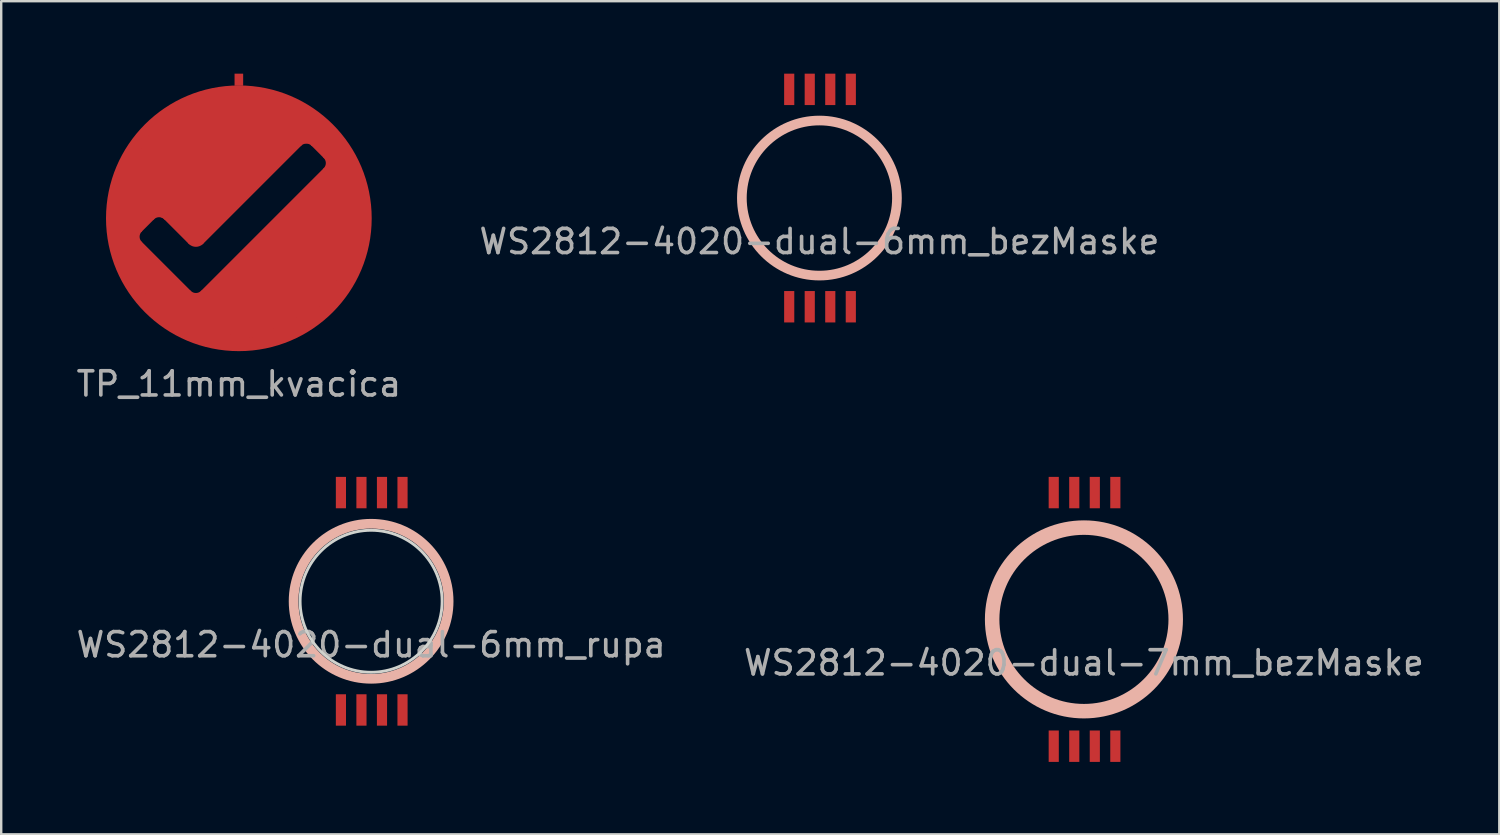
<source format=kicad_pcb>
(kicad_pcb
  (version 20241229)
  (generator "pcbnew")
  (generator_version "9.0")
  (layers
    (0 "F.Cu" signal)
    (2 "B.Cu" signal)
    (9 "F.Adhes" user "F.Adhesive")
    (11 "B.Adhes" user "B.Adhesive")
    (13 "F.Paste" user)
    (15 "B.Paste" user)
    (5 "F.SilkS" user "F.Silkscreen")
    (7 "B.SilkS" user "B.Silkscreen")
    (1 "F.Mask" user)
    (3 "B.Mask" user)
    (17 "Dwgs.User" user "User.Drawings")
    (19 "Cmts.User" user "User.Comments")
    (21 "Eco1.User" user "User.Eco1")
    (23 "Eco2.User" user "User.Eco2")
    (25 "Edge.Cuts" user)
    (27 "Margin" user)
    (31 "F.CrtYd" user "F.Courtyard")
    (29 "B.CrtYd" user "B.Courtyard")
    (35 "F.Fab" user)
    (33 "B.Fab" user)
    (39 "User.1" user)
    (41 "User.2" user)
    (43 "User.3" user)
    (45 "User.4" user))
  (footprint "WS2812-4020-dual-6mm_rupa"
    (layer "F.Cu")
    (at 12.315 21.844)
    (property "Reference" "WS2812-4020-dual-6mm_rupa" (at 0 1.8 0) (layer "F.Fab") (effects (font (size 1 1) (thickness 0.15))))
    (attr through_hole)
    (fp_circle (center 0 0) (end 3.21 0) (stroke (width 0.4) (type solid)) (fill no) (layer "B.SilkS"))
    (fp_circle (center 0 0) (end 2.94 0) (stroke (width 0.12) (type solid)) (fill no) (layer "Edge.Cuts"))
    (pad "1" smd rect (at 1.3 4.5) (size 0.42 1.3) (layers "F.Cu" "F.Mask" "F.Paste"))
    (pad "2" smd rect (at -0.4 -4.5) (size 0.42 1.3) (layers "F.Cu" "F.Mask" "F.Paste"))
    (pad "2" smd rect (at 0.45 4.5) (size 0.42 1.3) (layers "F.Cu" "F.Mask" "F.Paste"))
    (pad "3" smd rect (at -1.25 -4.5) (size 0.42 1.3) (layers "F.Cu" "F.Mask" "F.Paste"))
    (pad "3" smd rect (at -0.4 4.5) (size 0.42 1.3) (layers "F.Cu" "F.Mask" "F.Paste"))
    (pad "4" smd rect (at -1.25 4.5) (size 0.42 1.3) (layers "F.Cu" "F.Mask" "F.Paste"))
    (pad "4" smd rect (at 1.3 -4.5) (size 0.42 1.3) (layers "F.Cu" "F.Mask" "F.Paste"))
    (pad "5" smd rect (at 0.45 -4.5) (size 0.42 1.3) (layers "F.Cu" "F.Mask" "F.Paste")))
  (footprint "TP_11mm_kvacica"
    (layer "F.Cu")
    (at 6.839 5.988)
    (property "Reference" "TP_11mm_kvacica" (at 0 6.858 0) (layer "F.Fab") (effects (font (size 1 1) (thickness 0.15))))
    (attr through_hole)
    (fp_line (start -4.064 1.016) (end -2.032 3.048) (stroke (width 0.12) (type solid)) (layer "F.Cu"))
    (fp_line (start -4.064 0.508) (end -3.556 0) (stroke (width 0.12) (type solid)) (layer "F.Cu"))
    (fp_line (start -3.048 0.000001) (end -2.032 1.016) (stroke (width 0.12) (type solid)) (layer "F.Cu"))
    (fp_line (start -1.524 3.048) (end 3.556 -2.032) (stroke (width 0.12) (type solid)) (layer "F.Cu"))
    (fp_line (start 2.54 -3.048) (end -1.524 1.016) (stroke (width 0.12) (type solid)) (layer "F.Cu"))
    (fp_line (start 3.556 -2.54) (end 3.048 -3.048) (stroke (width 0.12) (type solid)) (layer "F.Cu"))
    (fp_arc (start -4.063999 1.015999) (mid -4.169209 0.762) (end -4.063999 0.508001) (stroke (width 0.12) (type solid)) (layer "F.Cu"))
    (fp_arc (start -3.555999 0.000001) (mid -3.302 -0.105209) (end -3.048001 0.000001) (stroke (width 0.12) (type solid)) (layer "F.Cu"))
    (fp_arc (start -1.524001 1.015999) (mid -1.778 1.121209) (end -2.031999 1.015999) (stroke (width 0.12) (type solid)) (layer "F.Cu"))
    (fp_arc (start -1.524001 3.047999) (mid -1.778 3.153209) (end -2.031999 3.047999) (stroke (width 0.12) (type solid)) (layer "F.Cu"))
    (fp_arc (start 2.540001 -3.047999) (mid 2.794 -3.153209) (end 3.047999 -3.047999) (stroke (width 0.12) (type solid)) (layer "F.Cu"))
    (fp_arc (start 3.555999 -2.539999) (mid 3.661209 -2.286) (end 3.555999 -2.032001) (stroke (width 0.12) (type solid)) (layer "F.Cu"))
    (fp_circle (center 0 0) (end 5 0) (stroke (width 1) (type solid)) (fill no) (layer "F.Cu"))
    (fp_poly (pts (xy -1.651 3.239) (xy -1.46 4.318) (xy -2.349 4.318) (xy -2.286 3.048) (xy -2.032 3.048)) (stroke (width 0.01) (type solid)) (fill yes) (layer "F.Cu"))
    (fp_poly (pts (xy 2.857 -4.191) (xy 4.889 -1.651) (xy 4.826 0.953) (xy 3.556 3.556) (xy 0.635 4.953) (xy -1.714 4.636) (xy -1.778 3.175) (xy -1.524 3.048) (xy 3.556 -2.032) (xy 3.683 -2.349) (xy 3.556 -2.54) (xy 2.985 -3.111) (xy 2.603 -3.111) (xy -1.46 0.953) (xy -1.714 1.143) (xy -2.032 1.016) (xy -2.985 0.064) (xy -3.239 -0.064) (xy -3.493 -0.064) (xy -4.128 0.572) (xy -4.191 0.762) (xy -4 1.079) (xy -2.032 3.048) (xy -2.032 4.318) (xy -3.429 3.747) (xy -4.636 1.968) (xy -4.826 -0.635) (xy -3.873 -3.365) (xy -0.635 -5.08)) (stroke (width 0.01) (type solid)) (fill yes) (layer "F.Cu"))
    (fp_poly (pts (xy 2.86 -3.08) (xy 2.92 -3.06) (xy 2.98 -3.02) (xy 3.53 -2.47) (xy 3.56 -2.41) (xy 3.58 -2.34) (xy 3.59 -2.27) (xy 3.58 -2.2) (xy 3.55 -2.13) (xy 3.51 -2.08) (xy -1.58 3.01) (xy -1.62 3.04) (xy -1.67 3.07) (xy -1.77 3.09) (xy -1.81 3.09) (xy -1.86 3.08) (xy -1.89 3.07) (xy -1.93 3.05) (xy -1.97 3.02) (xy -4.04 0.95) (xy -4.06 0.92) (xy -4.09 0.86) (xy -4.1 0.82) (xy -4.11 0.76) (xy -4.1 0.7) (xy -4.08 0.64) (xy -4.05 0.59) (xy -4.01 0.54) (xy -3.52 0.05) (xy -3.46 0.01) (xy -3.41 -0.02) (xy -3.34 -0.04) (xy -3.26 -0.04) (xy -3.22 -0.03) (xy -3.17 -0.01) (xy -3.12 0.02) (xy -3.07 0.07) (xy -2.02 1.11) (xy -1.97 1.14) (xy -1.92 1.16) (xy -1.84 1.18) (xy -1.77 1.19) (xy -1.71 1.19) (xy -1.63 1.16) (xy -1.57 1.13) (xy -1.5 1.08) (xy 2.6 -3.02) (xy 2.66 -3.06) (xy 2.72 -3.08) (xy 2.78 -3.09)) (stroke (width 0.001) (type solid)) (fill yes) (layer "F.Mask"))
    (fp_circle (center 0 0) (end 5.3 0) (stroke (width 0.001) (type solid)) (fill yes) (layer "B.Mask"))
    (pad "1" smd rect (at 0 -5.738) (size 0.356 0.5) (layers "F.Cu"))
    (zone (net_name "") (layer "F.Cu") (hatch edge 0.508) (connect_pads) (min_thickness 0.254) (filled_areas_thickness no) (keepout (tracks not_allowed) (vias not_allowed) (pads not_allowed) (copperpour not_allowed) (footprints allowed)) (placement (enabled no)) (fill) (polygon (pts (xy 12.217 5.988) (xy 12.198 5.538) (xy 12.141 5.091) (xy 12.048 4.651) (xy 11.917 4.219) (xy 11.752 3.801) (xy 11.551 3.397) (xy 11.318 3.012) (xy 11.053 2.648) (xy 10.759 2.307) (xy 10.437 1.992) (xy 10.09 1.705) (xy 9.721 1.448) (xy 9.331 1.222) (xy 8.923 1.031) (xy 8.501 0.874) (xy 8.067 0.753) (xy 7.625 0.668) (xy 7.177 0.621) (xy 6.727 0.612) (xy 6.277 0.64) (xy 5.832 0.706) (xy 5.393 0.809) (xy 4.965 0.948) (xy 4.55 1.122) (xy 4.151 1.331) (xy 3.77 1.572) (xy 3.412 1.845) (xy 3.077 2.146) (xy 2.769 2.474) (xy 2.489 2.827) (xy 2.24 3.202) (xy 2.023 3.597) (xy 1.84 4.008) (xy 1.691 4.434) (xy 1.579 4.87) (xy 1.504 5.314) (xy 1.467 5.763) (xy 1.467 6.213) (xy 1.504 6.662) (xy 1.579 7.106) (xy 1.691 7.542) (xy 1.84 7.967) (xy 2.023 8.379) (xy 2.24 8.773) (xy 2.489 9.149) (xy 2.769 9.502) (xy 3.077 9.83) (xy 3.412 10.131) (xy 3.77 10.403) (xy 4.151 10.645) (xy 4.55 10.853) (xy 4.965 11.028) (xy 5.393 11.167) (xy 5.832 11.27) (xy 6.277 11.336) (xy 6.727 11.364) (xy 7.177 11.355) (xy 7.625 11.307) (xy 8.067 11.223) (xy 8.501 11.102) (xy 8.923 10.945) (xy 9.331 10.753) (xy 9.721 10.528) (xy 10.09 10.271) (xy 10.437 9.984) (xy 10.759 9.669) (xy 11.053 9.328) (xy 11.318 8.964) (xy 11.551 8.578) (xy 11.752 8.175) (xy 11.917 7.756) (xy 12.048 7.325) (xy 12.141 6.885) (xy 12.198 6.438))))
    (zone (net_name "") (layer "B.Cu") (hatch edge 0.508) (connect_pads) (min_thickness 0.254) (filled_areas_thickness no) (keepout (tracks not_allowed) (vias not_allowed) (pads not_allowed) (copperpour not_allowed) (footprints allowed)) (placement (enabled no)) (fill) (polygon (pts (xy 12.217 5.988) (xy 12.198 5.538) (xy 12.141 5.091) (xy 12.048 4.651) (xy 11.917 4.219) (xy 11.752 3.801) (xy 11.551 3.397) (xy 11.318 3.012) (xy 11.053 2.648) (xy 10.759 2.307) (xy 10.437 1.992) (xy 10.09 1.705) (xy 9.721 1.448) (xy 9.331 1.222) (xy 8.923 1.031) (xy 8.501 0.874) (xy 8.067 0.753) (xy 7.625 0.668) (xy 7.177 0.621) (xy 6.727 0.612) (xy 6.277 0.64) (xy 5.832 0.706) (xy 5.393 0.809) (xy 4.965 0.948) (xy 4.55 1.122) (xy 4.151 1.331) (xy 3.77 1.572) (xy 3.412 1.845) (xy 3.077 2.146) (xy 2.769 2.474) (xy 2.489 2.827) (xy 2.24 3.202) (xy 2.023 3.597) (xy 1.84 4.008) (xy 1.691 4.434) (xy 1.579 4.87) (xy 1.504 5.314) (xy 1.467 5.763) (xy 1.467 6.213) (xy 1.504 6.662) (xy 1.579 7.106) (xy 1.691 7.542) (xy 1.84 7.967) (xy 2.023 8.379) (xy 2.24 8.773) (xy 2.489 9.149) (xy 2.769 9.502) (xy 3.077 9.83) (xy 3.412 10.131) (xy 3.77 10.403) (xy 4.151 10.645) (xy 4.55 10.853) (xy 4.965 11.028) (xy 5.393 11.167) (xy 5.832 11.27) (xy 6.277 11.336) (xy 6.727 11.364) (xy 7.177 11.355) (xy 7.625 11.307) (xy 8.067 11.223) (xy 8.501 11.102) (xy 8.923 10.945) (xy 9.331 10.753) (xy 9.721 10.528) (xy 10.09 10.271) (xy 10.437 9.984) (xy 10.759 9.669) (xy 11.053 9.328) (xy 11.318 8.964) (xy 11.551 8.578) (xy 11.752 8.175) (xy 11.917 7.756) (xy 12.048 7.325) (xy 12.141 6.885) (xy 12.198 6.438)))))
  (footprint "WS2812-4020-dual-7mm_bezMaske"
    (layer "F.Cu")
    (at 41.827 22.594)
    (property "Reference" "WS2812-4020-dual-7mm_bezMaske" (at 0 1.8 0) (layer "F.Fab") (effects (font (size 1 1) (thickness 0.15))))
    (attr smd)
    (fp_circle (center 0 0) (end 3.45 0) (stroke (width 0.001) (type solid)) (fill yes) (layer "F.Mask"))
    (fp_circle (center 0 0) (end 3.45 0) (stroke (width 0.001) (type solid)) (fill yes) (layer "B.Mask"))
    (fp_circle (center 0 0) (end 3.8 0) (stroke (width 0.6) (type solid)) (fill no) (layer "B.SilkS"))
    (pad "1" smd rect (at 1.3 5.25) (size 0.42 1.3) (layers "F.Cu" "F.Mask" "F.Paste"))
    (pad "2" smd rect (at -0.4 -5.25) (size 0.42 1.3) (layers "F.Cu" "F.Mask" "F.Paste"))
    (pad "2" smd rect (at 0.45 5.25) (size 0.42 1.3) (layers "F.Cu" "F.Mask" "F.Paste"))
    (pad "3" smd rect (at -1.25 -5.25) (size 0.42 1.3) (layers "F.Cu" "F.Mask" "F.Paste"))
    (pad "3" smd rect (at -0.4 5.25) (size 0.42 1.3) (layers "F.Cu" "F.Mask" "F.Paste"))
    (pad "4" smd rect (at -1.25 5.25) (size 0.42 1.3) (layers "F.Cu" "F.Mask" "F.Paste"))
    (pad "4" smd rect (at 1.3 -5.25) (size 0.42 1.3) (layers "F.Cu" "F.Mask" "F.Paste"))
    (pad "5" smd rect (at 0.45 -5.25) (size 0.42 1.3) (layers "F.Cu" "F.Mask" "F.Paste"))
    (zone (net_name "") (layer "F.Cu") (hatch edge 0.508) (connect_pads) (min_thickness 0.254) (filled_areas_thickness no) (keepout (tracks not_allowed) (vias not_allowed) (pads not_allowed) (copperpour not_allowed) (footprints allowed)) (placement (enabled no)) (fill) (polygon (pts (xy 45.322 22.594) (xy 45.303 22.229) (xy 45.246 21.868) (xy 45.151 21.514) (xy 45.02 21.173) (xy 44.854 20.847) (xy 44.655 20.54) (xy 44.425 20.256) (xy 44.166 19.997) (xy 43.882 19.767) (xy 43.575 19.568) (xy 43.249 19.401) (xy 42.907 19.27) (xy 42.554 19.176) (xy 42.193 19.118) (xy 41.827 19.099) (xy 41.462 19.118) (xy 41.101 19.176) (xy 40.747 19.27) (xy 40.406 19.401) (xy 40.08 19.568) (xy 39.773 19.767) (xy 39.489 19.997) (xy 39.23 20.256) (xy 39 20.54) (xy 38.801 20.847) (xy 38.635 21.173) (xy 38.504 21.514) (xy 38.409 21.868) (xy 38.352 22.229) (xy 38.333 22.594) (xy 38.352 22.959) (xy 38.409 23.321) (xy 38.504 23.674) (xy 38.635 24.016) (xy 38.801 24.342) (xy 39 24.648) (xy 39.23 24.933) (xy 39.489 25.191) (xy 39.773 25.421) (xy 40.08 25.621) (xy 40.406 25.787) (xy 40.747 25.918) (xy 41.101 26.013) (xy 41.462 26.07) (xy 41.827 26.089) (xy 42.193 26.07) (xy 42.554 26.013) (xy 42.907 25.918) (xy 43.249 25.787) (xy 43.575 25.621) (xy 43.882 25.421) (xy 44.166 25.191) (xy 44.425 24.933) (xy 44.655 24.648) (xy 44.854 24.342) (xy 45.02 24.016) (xy 45.151 23.674) (xy 45.246 23.321) (xy 45.303 22.959))))
    (zone (net_name "") (layer "B.Cu") (hatch edge 0.508) (connect_pads) (min_thickness 0.254) (filled_areas_thickness no) (keepout (tracks not_allowed) (vias not_allowed) (pads not_allowed) (copperpour not_allowed) (footprints allowed)) (placement (enabled no)) (fill) (polygon (pts (xy 45.322 22.594) (xy 45.303 22.229) (xy 45.246 21.868) (xy 45.151 21.514) (xy 45.02 21.173) (xy 44.854 20.847) (xy 44.655 20.54) (xy 44.425 20.256) (xy 44.166 19.997) (xy 43.882 19.767) (xy 43.575 19.568) (xy 43.249 19.401) (xy 42.907 19.27) (xy 42.554 19.176) (xy 42.193 19.118) (xy 41.827 19.099) (xy 41.462 19.118) (xy 41.101 19.176) (xy 40.747 19.27) (xy 40.406 19.401) (xy 40.08 19.568) (xy 39.773 19.767) (xy 39.489 19.997) (xy 39.23 20.256) (xy 39 20.54) (xy 38.801 20.847) (xy 38.635 21.173) (xy 38.504 21.514) (xy 38.409 21.868) (xy 38.352 22.229) (xy 38.333 22.594) (xy 38.352 22.959) (xy 38.409 23.321) (xy 38.504 23.674) (xy 38.635 24.016) (xy 38.801 24.342) (xy 39 24.648) (xy 39.23 24.933) (xy 39.489 25.191) (xy 39.773 25.421) (xy 40.08 25.621) (xy 40.406 25.787) (xy 40.747 25.918) (xy 41.101 26.013) (xy 41.462 26.07) (xy 41.827 26.089) (xy 42.193 26.07) (xy 42.554 26.013) (xy 42.907 25.918) (xy 43.249 25.787) (xy 43.575 25.621) (xy 43.882 25.421) (xy 44.166 25.191) (xy 44.425 24.933) (xy 44.655 24.648) (xy 44.854 24.342) (xy 45.02 24.016) (xy 45.151 23.674) (xy 45.246 23.321) (xy 45.303 22.959)))))
  (footprint "WS2812-4020-dual-6mm_bezMaske"
    (layer "F.Cu")
    (at 30.875 5.15)
    (property "Reference" "WS2812-4020-dual-6mm_bezMaske" (at 0 1.8 0) (layer "F.Fab") (effects (font (size 1 1) (thickness 0.15))))
    (attr smd)
    (fp_circle (center 0 0) (end 1.5 0) (stroke (width 3) (type solid)) (fill yes) (layer "F.Mask"))
    (fp_circle (center 0 0) (end 1.5 0) (stroke (width 3) (type solid)) (fill yes) (layer "B.Mask"))
    (fp_circle (center 0 0) (end 3.21 0) (stroke (width 0.4) (type solid)) (fill no) (layer "B.SilkS"))
    (pad "1" smd rect (at 1.3 4.5) (size 0.42 1.3) (layers "F.Cu" "F.Mask" "F.Paste"))
    (pad "2" smd rect (at -0.4 -4.5) (size 0.42 1.3) (layers "F.Cu" "F.Mask" "F.Paste"))
    (pad "2" smd rect (at 0.45 4.5) (size 0.42 1.3) (layers "F.Cu" "F.Mask" "F.Paste"))
    (pad "3" smd rect (at -1.25 -4.5) (size 0.42 1.3) (layers "F.Cu" "F.Mask" "F.Paste"))
    (pad "3" smd rect (at -0.4 4.5) (size 0.42 1.3) (layers "F.Cu" "F.Mask" "F.Paste"))
    (pad "4" smd rect (at -1.25 4.5) (size 0.42 1.3) (layers "F.Cu" "F.Mask" "F.Paste"))
    (pad "4" smd rect (at 1.3 -4.5) (size 0.42 1.3) (layers "F.Cu" "F.Mask" "F.Paste"))
    (pad "5" smd rect (at 0.45 -4.5) (size 0.42 1.3) (layers "F.Cu" "F.Mask" "F.Paste"))
    (zone (net_name "") (layers "F.Cu" "B.Cu") (hatch edge 0.508) (connect_pads) (min_thickness 0.254) (filled_areas_thickness no) (keepout (tracks not_allowed) (vias not_allowed) (pads not_allowed) (copperpour not_allowed) (footprints not_allowed)) (placement (enabled no)) (fill) (polygon (pts (xy 31.105 2.16) (xy 31.325 2.18) (xy 31.635 2.25) (xy 32.085 2.4) (xy 32.375 2.55) (xy 32.725 2.79) (xy 32.995 3.03) (xy 33.235 3.3) (xy 33.475 3.65) (xy 33.695 4.13) (xy 33.815 4.55) (xy 33.855 4.84) (xy 33.875 5.14) (xy 33.865 5.42) (xy 33.795 5.83) (xy 33.595 6.4) (xy 33.345 6.85) (xy 32.975 7.29) (xy 32.585 7.61) (xy 32.195 7.85) (xy 31.785 8.01) (xy 31.385 8.11) (xy 31.075 8.14) (xy 30.875 8.15) (xy 30.635 8.14) (xy 30.345 8.1) (xy 29.915 7.99) (xy 29.715 7.91) (xy 29.285 7.69) (xy 28.855 7.36) (xy 28.525 7.01) (xy 28.225 6.56) (xy 28.065 6.2) (xy 27.935 5.75) (xy 27.875 5.23) (xy 27.895 4.87) (xy 27.965 4.44) (xy 28.085 4.05) (xy 28.315 3.58) (xy 28.585 3.21) (xy 28.955 2.84) (xy 29.355 2.56) (xy 29.785 2.36) (xy 30.155 2.24) (xy 30.505 2.17) (xy 30.875 2.15)))))
  (gr_rect
    (start -3 -3)
    (end 59.024 31.494)
    (stroke (width 0.1) (type default))
    (fill no)
    (layer "Edge.Cuts")))
</source>
